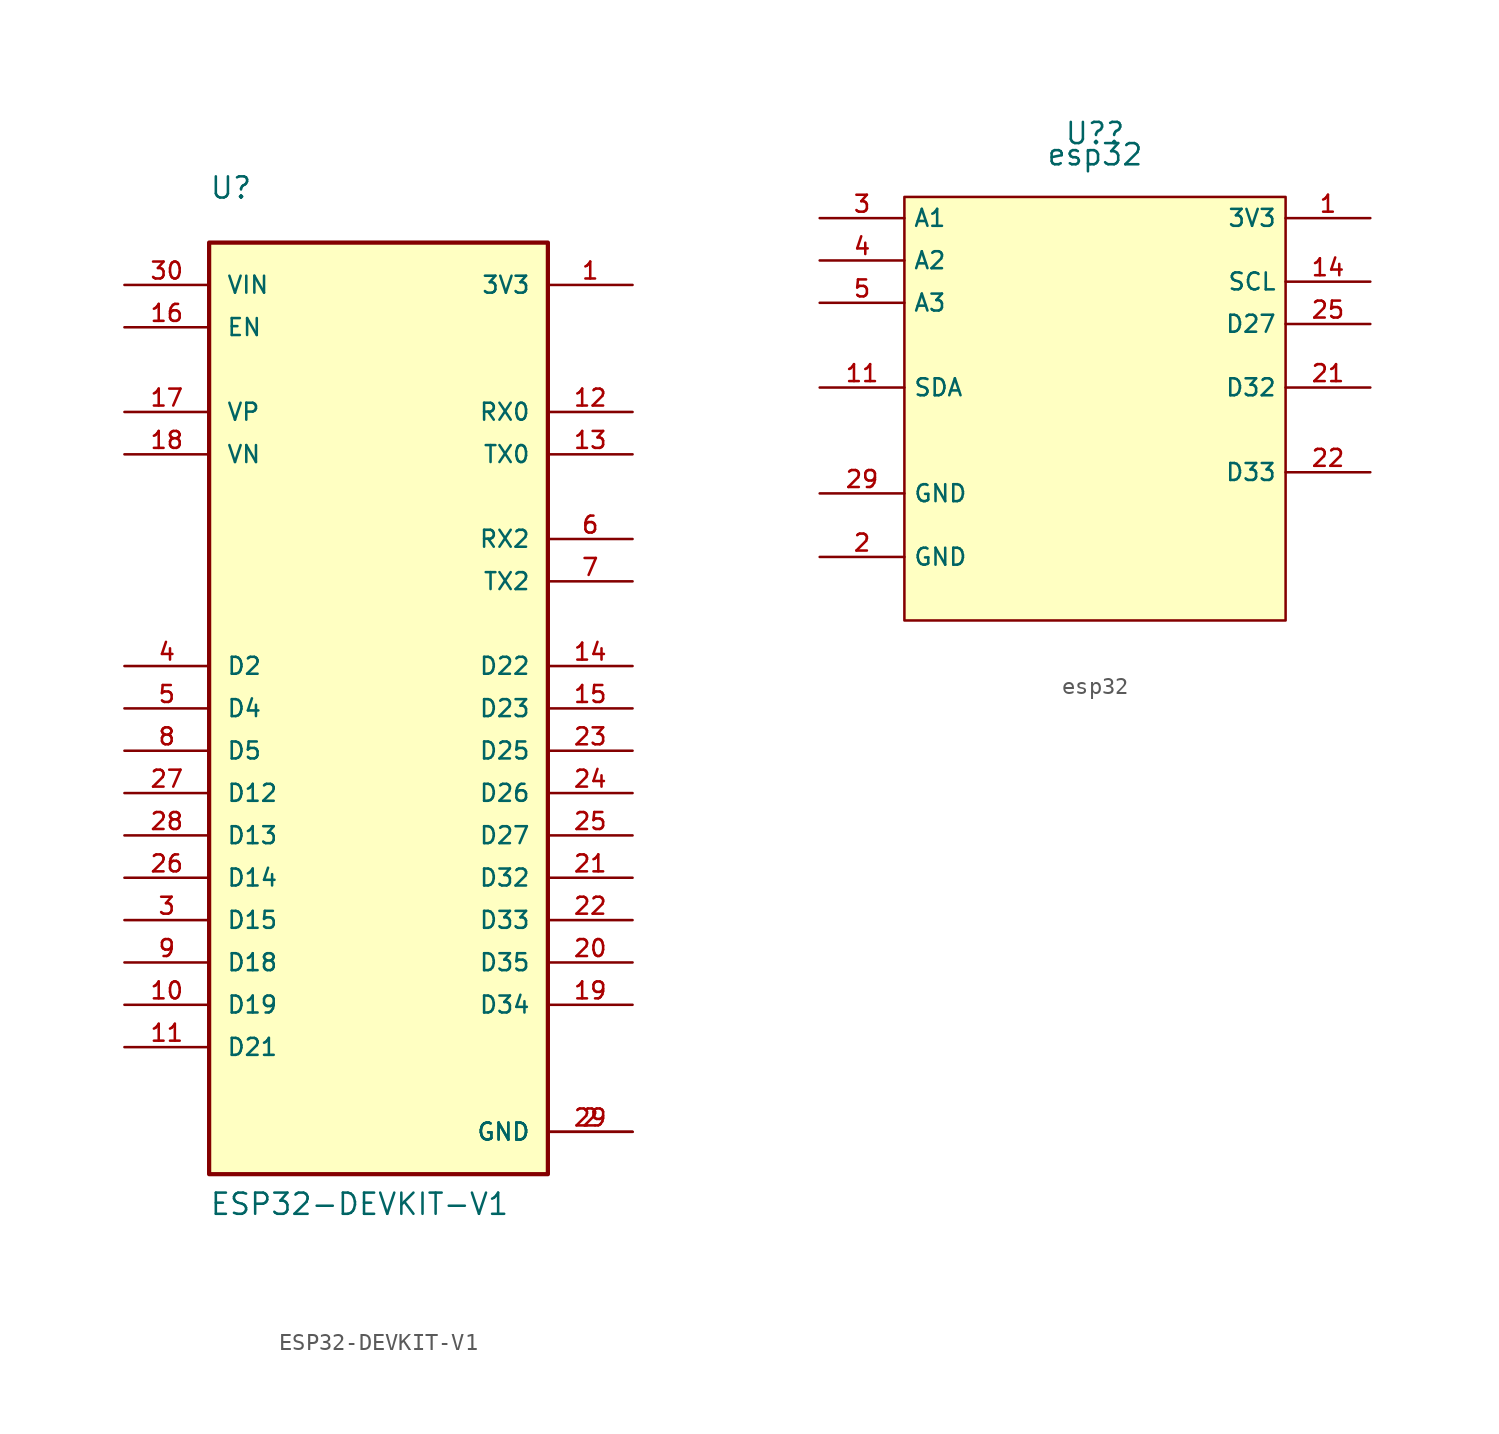
<source format=kicad_sym>
(kicad_symbol_lib
  (version 20211014)
  (generator kicad_symbol_editor)
  (symbol "ESP32-DEVKIT-V1"
    (pin_names
      (offset 1.016))
    (property "Reference" "U"
      (at -10.16 30.48 0)
      (effects (font (size 1.27 1.27)) (justify left bottom)))
    (property "Value" "ESP32-DEVKIT-V1"
      (at -10.16 -30.48 0)
      (effects (font (size 1.27 1.27)) (justify left bottom)))
    (property "ki_locked" ""
      (at 0 0 0)
      (effects (font (size 1.27 1.27))))
    (symbol "ESP32-DEVKIT-V1_0_0"
      (rectangle (start -10.16 -27.94) (end 10.16 27.94) (stroke (width 0.254) (type default) (color 0 0 0 0)) (fill (type background)))
      (pin output line (at 15.24 25.4 180) (length 5.08) (name "3V3" (effects (font (size 1.016 1.016)))) (number "1" (effects (font (size 1.016 1.016)))))
      (pin bidirectional line (at -15.24 -17.78 0) (length 5.08) (name "D19" (effects (font (size 1.016 1.016)))) (number "10" (effects (font (size 1.016 1.016)))))
      (pin bidirectional line (at -15.24 -20.32 0) (length 5.08) (name "D21" (effects (font (size 1.016 1.016)))) (number "11" (effects (font (size 1.016 1.016)))))
      (pin input line (at 15.24 17.78 180) (length 5.08) (name "RX0" (effects (font (size 1.016 1.016)))) (number "12" (effects (font (size 1.016 1.016)))))
      (pin output line (at 15.24 15.24 180) (length 5.08) (name "TX0" (effects (font (size 1.016 1.016)))) (number "13" (effects (font (size 1.016 1.016)))))
      (pin bidirectional line (at 15.24 2.54 180) (length 5.08) (name "D22" (effects (font (size 1.016 1.016)))) (number "14" (effects (font (size 1.016 1.016)))))
      (pin bidirectional line (at 15.24 0 180) (length 5.08) (name "D23" (effects (font (size 1.016 1.016)))) (number "15" (effects (font (size 1.016 1.016)))))
      (pin input line (at -15.24 22.86 0) (length 5.08) (name "EN" (effects (font (size 1.016 1.016)))) (number "16" (effects (font (size 1.016 1.016)))))
      (pin bidirectional line (at -15.24 17.78 0) (length 5.08) (name "VP" (effects (font (size 1.016 1.016)))) (number "17" (effects (font (size 1.016 1.016)))))
      (pin bidirectional line (at -15.24 15.24 0) (length 5.08) (name "VN" (effects (font (size 1.016 1.016)))) (number "18" (effects (font (size 1.016 1.016)))))
      (pin bidirectional line (at 15.24 -17.78 180) (length 5.08) (name "D34" (effects (font (size 1.016 1.016)))) (number "19" (effects (font (size 1.016 1.016)))))
      (pin bidirectional line (at 15.24 -25.4 180) (length 5.08) (name "GND" (effects (font (size 1.016 1.016)))) (number "2" (effects (font (size 1.016 1.016)))))
      (pin bidirectional line (at 15.24 -15.24 180) (length 5.08) (name "D35" (effects (font (size 1.016 1.016)))) (number "20" (effects (font (size 1.016 1.016)))))
      (pin bidirectional line (at 15.24 -10.16 180) (length 5.08) (name "D32" (effects (font (size 1.016 1.016)))) (number "21" (effects (font (size 1.016 1.016)))))
      (pin bidirectional line (at 15.24 -12.7 180) (length 5.08) (name "D33" (effects (font (size 1.016 1.016)))) (number "22" (effects (font (size 1.016 1.016)))))
      (pin bidirectional line (at 15.24 -2.54 180) (length 5.08) (name "D25" (effects (font (size 1.016 1.016)))) (number "23" (effects (font (size 1.016 1.016)))))
      (pin bidirectional line (at 15.24 -5.08 180) (length 5.08) (name "D26" (effects (font (size 1.016 1.016)))) (number "24" (effects (font (size 1.016 1.016)))))
      (pin bidirectional line (at 15.24 -7.62 180) (length 5.08) (name "D27" (effects (font (size 1.016 1.016)))) (number "25" (effects (font (size 1.016 1.016)))))
      (pin bidirectional line (at -15.24 -10.16 0) (length 5.08) (name "D14" (effects (font (size 1.016 1.016)))) (number "26" (effects (font (size 1.016 1.016)))))
      (pin bidirectional line (at -15.24 -5.08 0) (length 5.08) (name "D12" (effects (font (size 1.016 1.016)))) (number "27" (effects (font (size 1.016 1.016)))))
      (pin bidirectional line (at -15.24 -7.62 0) (length 5.08) (name "D13" (effects (font (size 1.016 1.016)))) (number "28" (effects (font (size 1.016 1.016)))))
      (pin power_in line (at 15.24 -25.4 180) (length 5.08) (name "GND" (effects (font (size 1.016 1.016)))) (number "29" (effects (font (size 1.016 1.016)))))
      (pin bidirectional line (at -15.24 -12.7 0) (length 5.08) (name "D15" (effects (font (size 1.016 1.016)))) (number "3" (effects (font (size 1.016 1.016)))))
      (pin input line (at -15.24 25.4 0) (length 5.08) (name "VIN" (effects (font (size 1.016 1.016)))) (number "30" (effects (font (size 1.016 1.016)))))
      (pin bidirectional line (at -15.24 2.54 0) (length 5.08) (name "D2" (effects (font (size 1.016 1.016)))) (number "4" (effects (font (size 1.016 1.016)))))
      (pin bidirectional line (at -15.24 0 0) (length 5.08) (name "D4" (effects (font (size 1.016 1.016)))) (number "5" (effects (font (size 1.016 1.016)))))
      (pin input line (at 15.24 10.16 180) (length 5.08) (name "RX2" (effects (font (size 1.016 1.016)))) (number "6" (effects (font (size 1.016 1.016)))))
      (pin output line (at 15.24 7.62 180) (length 5.08) (name "TX2" (effects (font (size 1.016 1.016)))) (number "7" (effects (font (size 1.016 1.016)))))
      (pin bidirectional line (at -15.24 -2.54 0) (length 5.08) (name "D5" (effects (font (size 1.016 1.016)))) (number "8" (effects (font (size 1.016 1.016)))))
      (pin bidirectional line (at -15.24 -15.24 0) (length 5.08) (name "D18" (effects (font (size 1.016 1.016)))) (number "9" (effects (font (size 1.016 1.016)))))))
  (symbol "esp32"
    (property "Reference" "U?"
      (at 0 5.08 0)
      (effects (font (size 1.27 1.27))))
    (property "Value" "esp32"
      (at 0 3.81 0)
      (effects (font (size 1.27 1.27))))
    (symbol "esp32_0_0"
      (pin power_out line (at 16.51 0 180) (length 5.08) (name "3V3" (effects (font (size 1.016 1.016)))) (number "1" (effects (font (size 1.016 1.016)))))
      (pin bidirectional line (at -16.51 -10.16 0) (length 5.08) (name "SDA" (effects (font (size 1.016 1.016)))) (number "11" (effects (font (size 1.016 1.016)))))
      (pin bidirectional line (at 16.51 -3.81 180) (length 5.08) (name "SCL" (effects (font (size 1.016 1.016)))) (number "14" (effects (font (size 1.016 1.016)))))
      (pin power_in line (at -16.51 -20.32 0) (length 5.08) (name "GND" (effects (font (size 1.016 1.016)))) (number "2" (effects (font (size 1.016 1.016)))))
      (pin bidirectional line (at 16.51 -10.16 180) (length 5.08) (name "D32" (effects (font (size 1.016 1.016)))) (number "21" (effects (font (size 1.016 1.016)))))
      (pin bidirectional line (at 16.51 -15.24 180) (length 5.08) (name "D33" (effects (font (size 1.016 1.016)))) (number "22" (effects (font (size 1.016 1.016)))))
      (pin bidirectional line (at 16.51 -6.35 180) (length 5.08) (name "D27" (effects (font (size 1.016 1.016)))) (number "25" (effects (font (size 1.016 1.016)))))
      (pin power_in line (at -16.51 -16.51 0) (length 5.08) (name "GND" (effects (font (size 1.016 1.016)))) (number "29" (effects (font (size 1.016 1.016)))))
      (pin bidirectional line (at -16.51 0 0) (length 5.08) (name "A1" (effects (font (size 1.016 1.016)))) (number "3" (effects (font (size 1.016 1.016)))))
      (pin bidirectional line (at -16.51 -2.54 0) (length 5.08) (name "A2" (effects (font (size 1.016 1.016)))) (number "4" (effects (font (size 1.016 1.016)))))
      (pin bidirectional line (at -16.51 -5.08 0) (length 5.08) (name "A3" (effects (font (size 1.016 1.016)))) (number "5" (effects (font (size 1.016 1.016))))))
    (symbol "esp32_0_1"
      (rectangle (start -11.43 1.27) (end 11.43 -24.13) (stroke (width 0) (type default) (color 0 0 0 0)) (fill (type background))))))
</source>
